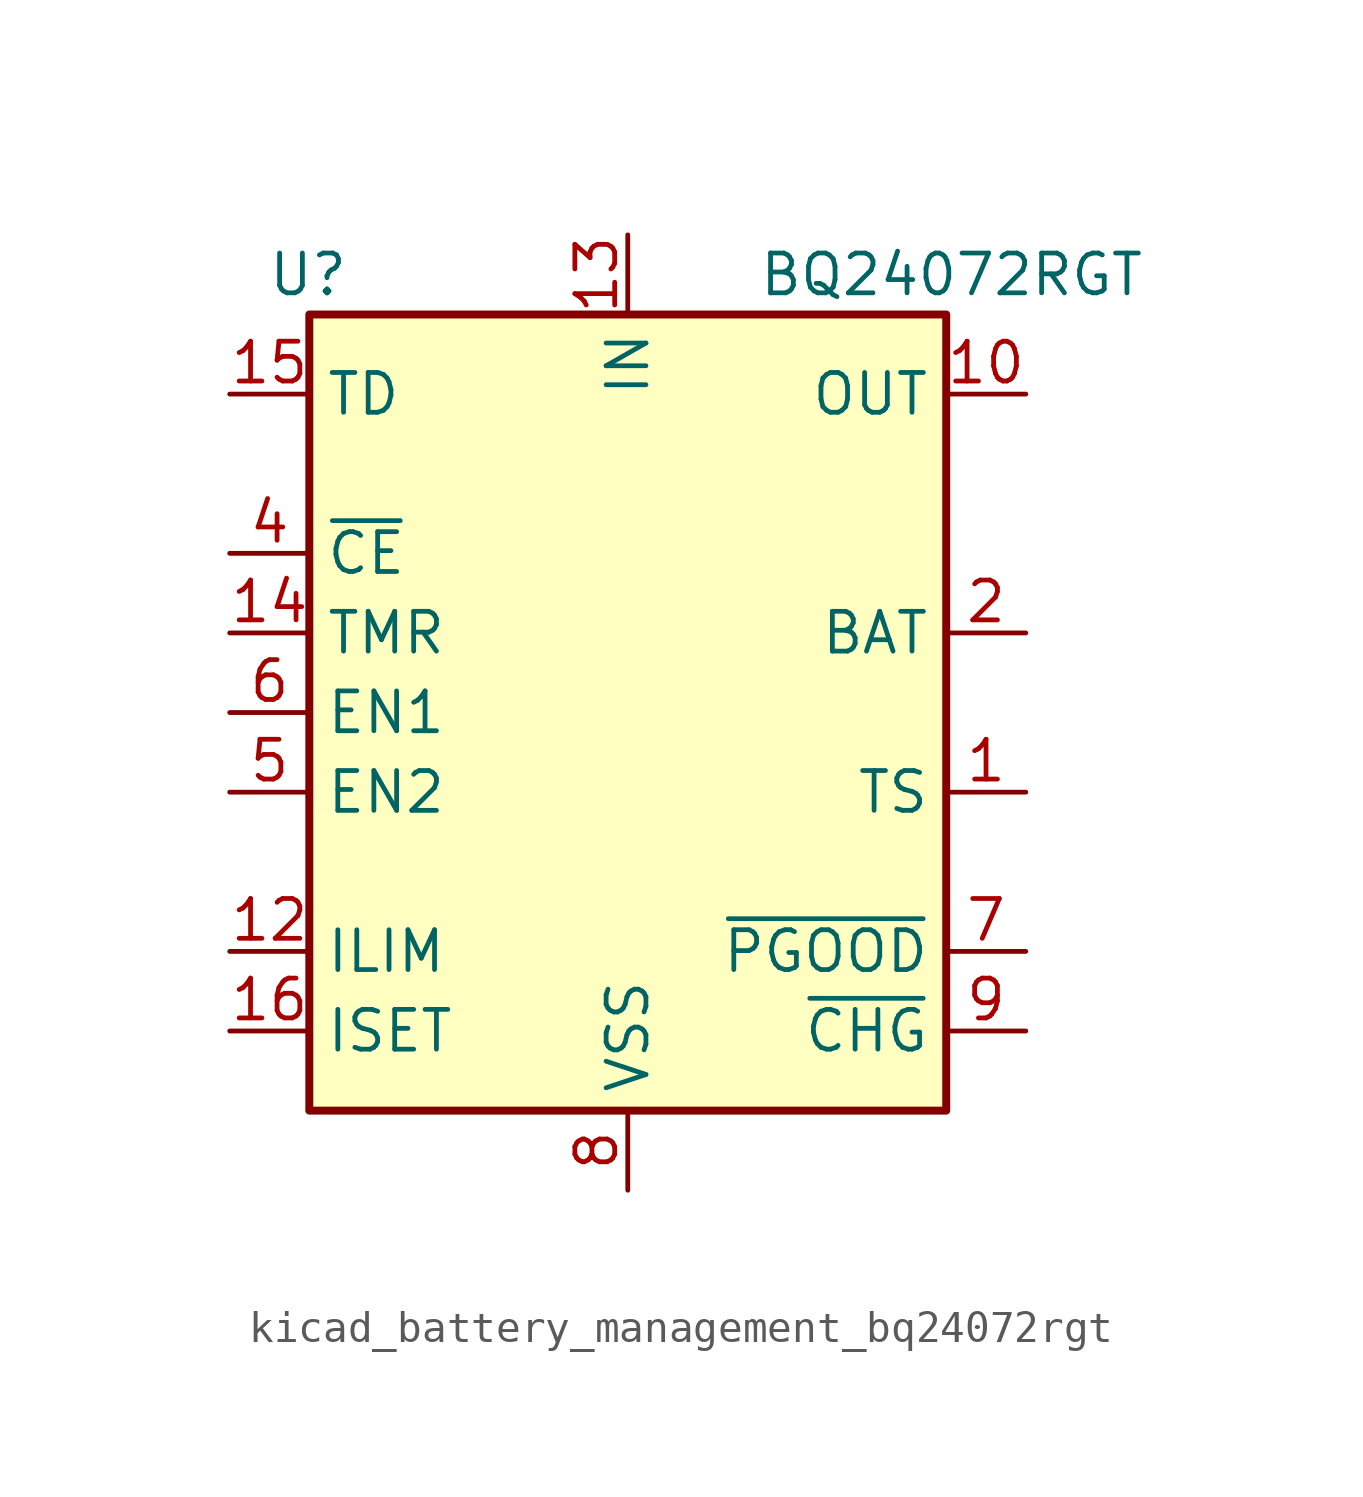
<source format=kicad_sym>
(kicad_symbol_lib
  (version 20220914)
  (generator kicad_symbol_editor)
  (symbol "kicad_battery_management_bq24072rgt"
    (property "Reference" "U"
      (at -8.89 13.97 0)
      (effects (font (size 1.27 1.27)) (justify right)))
    (property "Value" "BQ24072RGT"
      (at 16.51 13.97 0)
      (effects (font (size 1.27 1.27)) (justify right)))
    (symbol "kicad_battery_management_bq24072rgt_0_1"
      (rectangle (start -10.16 12.7) (end 10.16 -12.7) (stroke (width 0.254) (type default)) (fill (type background))))
    (symbol "kicad_battery_management_bq24072rgt_1_1"
      (pin passive line (at 12.7 -2.54 180) (length 2.54) (name "TS" (effects (font (size 1.27 1.27)))) (number "1" (effects (font (size 1.27 1.27)))))
      (pin power_out line (at 12.7 10.16 180) (length 2.54) (name "OUT" (effects (font (size 1.27 1.27)))) (number "10" (effects (font (size 1.27 1.27)))))
      (pin passive line (at 12.7 10.16 180) (length 2.54) hide (name "OUT" (effects (font (size 1.27 1.27)))) (number "11" (effects (font (size 1.27 1.27)))))
      (pin passive line (at -12.7 -7.62 0) (length 2.54) (name "ILIM" (effects (font (size 1.27 1.27)))) (number "12" (effects (font (size 1.27 1.27)))))
      (pin power_in line (at 0 15.24 270) (length 2.54) (name "IN" (effects (font (size 1.27 1.27)))) (number "13" (effects (font (size 1.27 1.27)))))
      (pin input line (at -12.7 2.54 0) (length 2.54) (name "TMR" (effects (font (size 1.27 1.27)))) (number "14" (effects (font (size 1.27 1.27)))))
      (pin input line (at -12.7 10.16 0) (length 2.54) (name "TD" (effects (font (size 1.27 1.27)))) (number "15" (effects (font (size 1.27 1.27)))))
      (pin passive line (at -12.7 -10.16 0) (length 2.54) (name "ISET" (effects (font (size 1.27 1.27)))) (number "16" (effects (font (size 1.27 1.27)))))
      (pin passive line (at 0 -15.24 90) (length 2.54) hide (name "VSS" (effects (font (size 1.27 1.27)))) (number "17" (effects (font (size 1.27 1.27)))))
      (pin power_out line (at 12.7 2.54 180) (length 2.54) (name "BAT" (effects (font (size 1.27 1.27)))) (number "2" (effects (font (size 1.27 1.27)))))
      (pin passive line (at 12.7 2.54 180) (length 2.54) hide (name "BAT" (effects (font (size 1.27 1.27)))) (number "3" (effects (font (size 1.27 1.27)))))
      (pin input line (at -12.7 5.08 0) (length 2.54) (name "~{CE}" (effects (font (size 1.27 1.27)))) (number "4" (effects (font (size 1.27 1.27)))))
      (pin input line (at -12.7 -2.54 0) (length 2.54) (name "EN2" (effects (font (size 1.27 1.27)))) (number "5" (effects (font (size 1.27 1.27)))))
      (pin input line (at -12.7 0 0) (length 2.54) (name "EN1" (effects (font (size 1.27 1.27)))) (number "6" (effects (font (size 1.27 1.27)))))
      (pin open_collector line (at 12.7 -7.62 180) (length 2.54) (name "~{PGOOD}" (effects (font (size 1.27 1.27)))) (number "7" (effects (font (size 1.27 1.27)))))
      (pin power_in line (at 0 -15.24 90) (length 2.54) (name "VSS" (effects (font (size 1.27 1.27)))) (number "8" (effects (font (size 1.27 1.27)))))
      (pin open_collector line (at 12.7 -10.16 180) (length 2.54) (name "~{CHG}" (effects (font (size 1.27 1.27)))) (number "9" (effects (font (size 1.27 1.27))))))))
</source>
